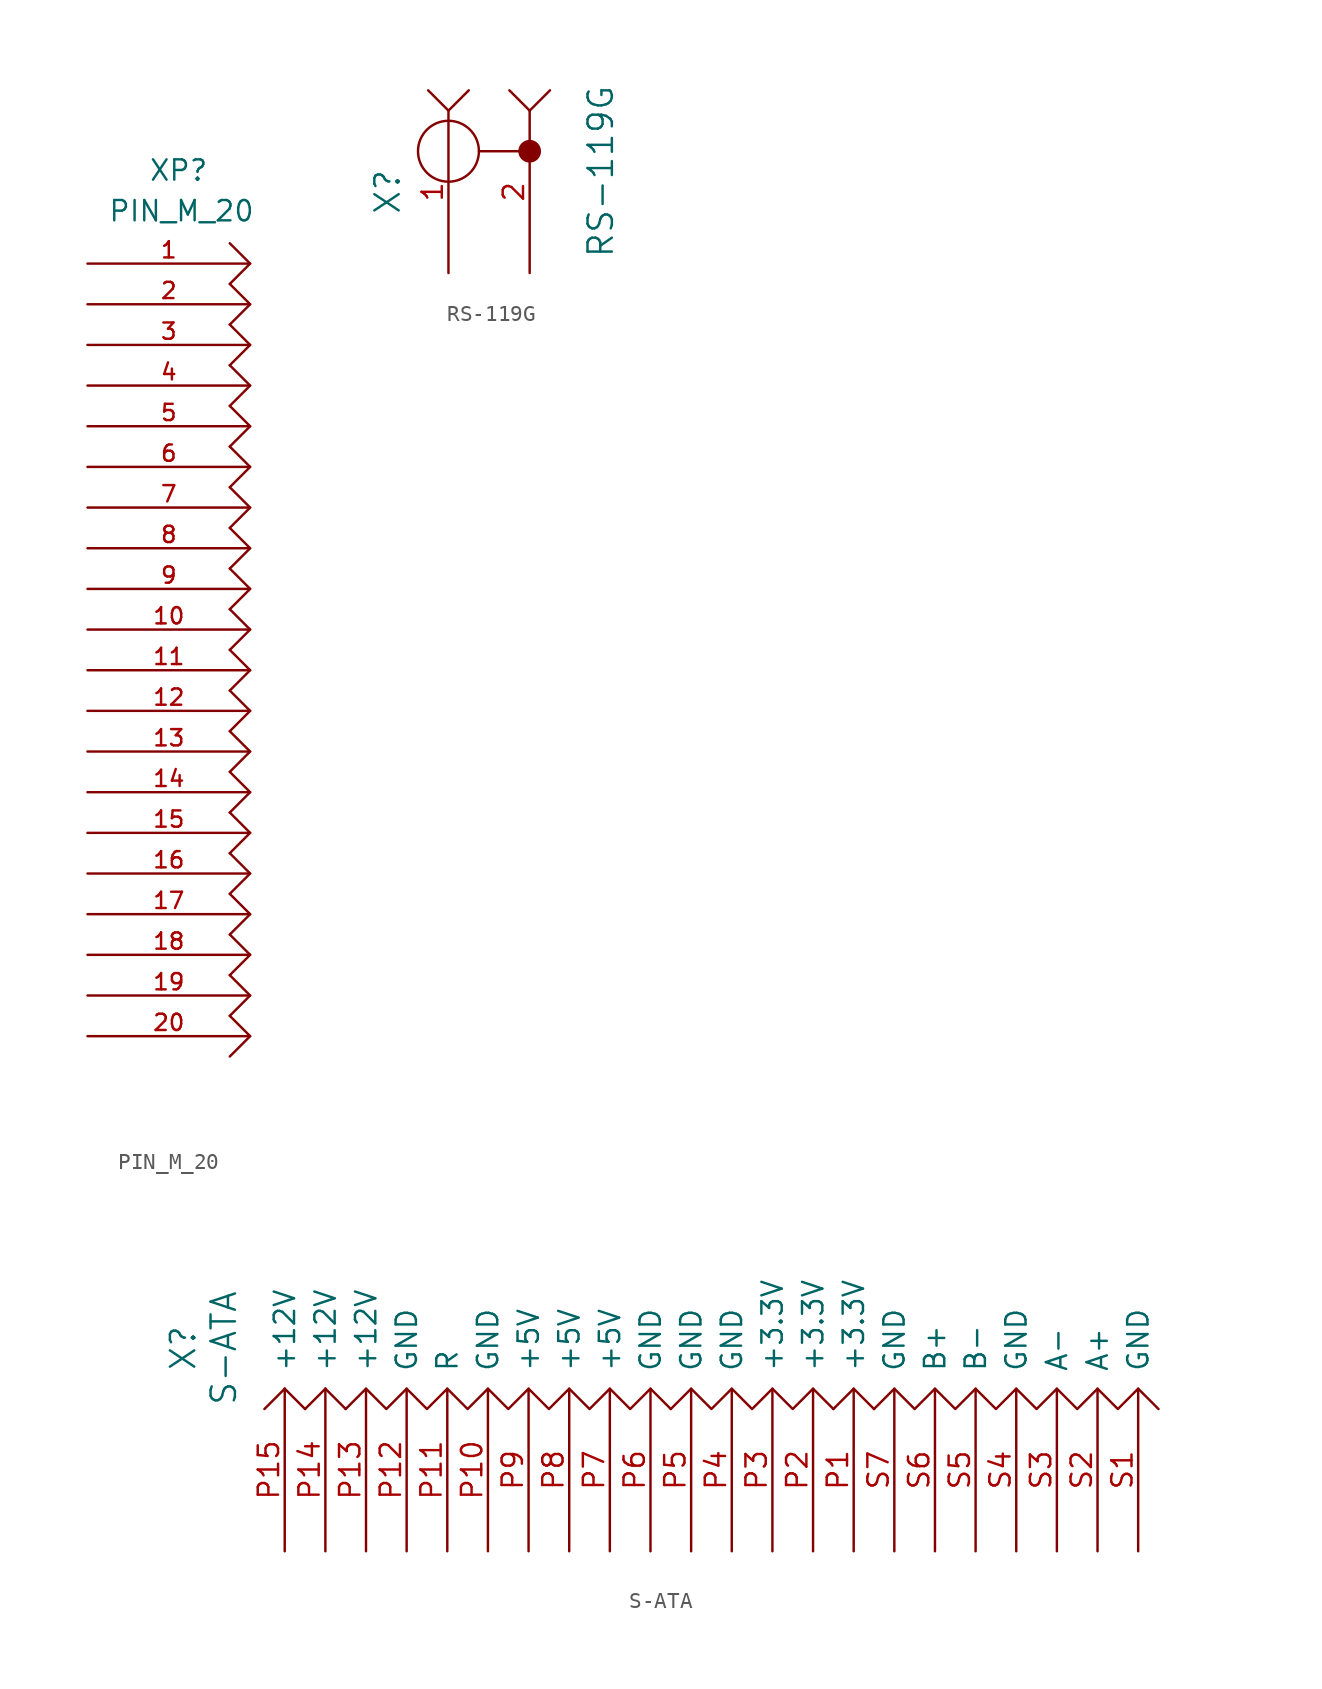
<source format=kicad_sym>
(kicad_symbol_lib
  (version 20211014)
  (generator kicad_symbol_editor)
  (symbol "PIN_M_20"
    (pin_names
      (offset 1.016))
    (property "Reference" "XP"
      (at 3.81 5.08 0)
      (effects (font (size 1.27 1.27)) (justify left bottom)))
    (property "Value" "PIN_M_20"
      (at 1.27 2.54 0)
      (effects (font (size 1.27 1.27)) (justify left bottom)))
    (property "Datasheet" ""
      (at 0 0 0)
      (effects (font (size 1.524 1.524))))
    (property "ki_locked" ""
      (at 0 0 0)
      (effects (font (size 1.27 1.27))))
    (symbol "PIN_M_20_0_1"
      (polyline (pts (xy 8.89 -46.99) (xy 10.16 -48.26) (xy 8.89 -49.53)) (stroke (width 0) (type default) (color 0 0 0 0)) (fill (type none)))
      (polyline (pts (xy 8.89 -44.45) (xy 10.16 -45.72) (xy 8.89 -46.99)) (stroke (width 0) (type default) (color 0 0 0 0)) (fill (type none)))
      (polyline (pts (xy 8.89 -41.91) (xy 10.16 -43.18) (xy 8.89 -44.45)) (stroke (width 0) (type default) (color 0 0 0 0)) (fill (type none)))
      (polyline (pts (xy 8.89 -39.37) (xy 10.16 -40.64) (xy 8.89 -41.91)) (stroke (width 0) (type default) (color 0 0 0 0)) (fill (type none)))
      (polyline (pts (xy 8.89 -36.83) (xy 10.16 -38.1) (xy 8.89 -39.37)) (stroke (width 0) (type default) (color 0 0 0 0)) (fill (type none)))
      (polyline (pts (xy 8.89 -34.29) (xy 10.16 -35.56) (xy 8.89 -36.83)) (stroke (width 0) (type default) (color 0 0 0 0)) (fill (type none)))
      (polyline (pts (xy 8.89 -31.75) (xy 10.16 -33.02) (xy 8.89 -34.29)) (stroke (width 0) (type default) (color 0 0 0 0)) (fill (type none)))
      (polyline (pts (xy 8.89 -29.21) (xy 10.16 -30.48) (xy 8.89 -31.75)) (stroke (width 0) (type default) (color 0 0 0 0)) (fill (type none)))
      (polyline (pts (xy 8.89 -26.67) (xy 10.16 -27.94) (xy 8.89 -29.21)) (stroke (width 0) (type default) (color 0 0 0 0)) (fill (type none)))
      (polyline (pts (xy 8.89 -24.13) (xy 10.16 -25.4) (xy 8.89 -26.67)) (stroke (width 0) (type default) (color 0 0 0 0)) (fill (type none)))
      (polyline (pts (xy 8.89 -21.59) (xy 10.16 -22.86) (xy 8.89 -24.13)) (stroke (width 0) (type default) (color 0 0 0 0)) (fill (type none)))
      (polyline (pts (xy 8.89 -19.05) (xy 10.16 -20.32) (xy 8.89 -21.59)) (stroke (width 0) (type default) (color 0 0 0 0)) (fill (type none)))
      (polyline (pts (xy 8.89 -16.51) (xy 10.16 -17.78) (xy 8.89 -19.05)) (stroke (width 0) (type default) (color 0 0 0 0)) (fill (type none)))
      (polyline (pts (xy 8.89 -13.97) (xy 10.16 -15.24) (xy 8.89 -16.51)) (stroke (width 0) (type default) (color 0 0 0 0)) (fill (type none)))
      (polyline (pts (xy 8.89 -11.43) (xy 10.16 -12.7) (xy 8.89 -13.97)) (stroke (width 0) (type default) (color 0 0 0 0)) (fill (type none)))
      (polyline (pts (xy 8.89 -8.89) (xy 10.16 -10.16) (xy 8.89 -11.43)) (stroke (width 0) (type default) (color 0 0 0 0)) (fill (type none)))
      (polyline (pts (xy 8.89 -6.35) (xy 10.16 -7.62) (xy 8.89 -8.89)) (stroke (width 0) (type default) (color 0 0 0 0)) (fill (type none)))
      (polyline (pts (xy 8.89 -3.81) (xy 10.16 -5.08) (xy 8.89 -6.35)) (stroke (width 0) (type default) (color 0 0 0 0)) (fill (type none)))
      (polyline (pts (xy 8.89 -1.27) (xy 10.16 -2.54) (xy 8.89 -3.81)) (stroke (width 0) (type default) (color 0 0 0 0)) (fill (type none)))
      (polyline (pts (xy 8.89 1.27) (xy 10.16 0) (xy 8.89 -1.27)) (stroke (width 0) (type default) (color 0 0 0 0)) (fill (type none))))
    (symbol "PIN_M_20_1_1"
      (pin passive line (at 0 0 0) (length 10.16) (name "~" (effects (font (size 1.016 1.016)))) (number "1" (effects (font (size 1.016 1.016)))))
      (pin passive line (at 0 -22.86 0) (length 10.16) (name "~" (effects (font (size 1.016 1.016)))) (number "10" (effects (font (size 1.016 1.016)))))
      (pin passive line (at 0 -25.4 0) (length 10.16) (name "~" (effects (font (size 1.016 1.016)))) (number "11" (effects (font (size 1.016 1.016)))))
      (pin passive line (at 0 -27.94 0) (length 10.16) (name "~" (effects (font (size 1.016 1.016)))) (number "12" (effects (font (size 1.016 1.016)))))
      (pin passive line (at 0 -30.48 0) (length 10.16) (name "~" (effects (font (size 1.016 1.016)))) (number "13" (effects (font (size 1.016 1.016)))))
      (pin passive line (at 0 -33.02 0) (length 10.16) (name "~" (effects (font (size 1.016 1.016)))) (number "14" (effects (font (size 1.016 1.016)))))
      (pin passive line (at 0 -35.56 0) (length 10.16) (name "~" (effects (font (size 1.016 1.016)))) (number "15" (effects (font (size 1.016 1.016)))))
      (pin passive line (at 0 -38.1 0) (length 10.16) (name "~" (effects (font (size 1.016 1.016)))) (number "16" (effects (font (size 1.016 1.016)))))
      (pin passive line (at 0 -40.64 0) (length 10.16) (name "~" (effects (font (size 1.016 1.016)))) (number "17" (effects (font (size 1.016 1.016)))))
      (pin passive line (at 0 -43.18 0) (length 10.16) (name "~" (effects (font (size 1.016 1.016)))) (number "18" (effects (font (size 1.016 1.016)))))
      (pin passive line (at 0 -45.72 0) (length 10.16) (name "~" (effects (font (size 1.016 1.016)))) (number "19" (effects (font (size 1.016 1.016)))))
      (pin passive line (at 0 -2.54 0) (length 10.16) (name "~" (effects (font (size 1.016 1.016)))) (number "2" (effects (font (size 1.016 1.016)))))
      (pin passive line (at 0 -48.26 0) (length 10.16) (name "~" (effects (font (size 1.016 1.016)))) (number "20" (effects (font (size 1.016 1.016)))))
      (pin passive line (at 0 -5.08 0) (length 10.16) (name "~" (effects (font (size 1.016 1.016)))) (number "3" (effects (font (size 1.016 1.016)))))
      (pin passive line (at 0 -7.62 0) (length 10.16) (name "~" (effects (font (size 1.016 1.016)))) (number "4" (effects (font (size 1.016 1.016)))))
      (pin passive line (at 0 -10.16 0) (length 10.16) (name "~" (effects (font (size 1.016 1.016)))) (number "5" (effects (font (size 1.016 1.016)))))
      (pin passive line (at 0 -12.7 0) (length 10.16) (name "~" (effects (font (size 1.016 1.016)))) (number "6" (effects (font (size 1.016 1.016)))))
      (pin passive line (at 0 -15.24 0) (length 10.16) (name "~" (effects (font (size 1.016 1.016)))) (number "7" (effects (font (size 1.016 1.016)))))
      (pin passive line (at 0 -17.78 0) (length 10.16) (name "~" (effects (font (size 1.016 1.016)))) (number "8" (effects (font (size 1.016 1.016)))))
      (pin passive line (at 0 -20.32 0) (length 10.16) (name "~" (effects (font (size 1.016 1.016)))) (number "9" (effects (font (size 1.016 1.016)))))))
  (symbol "RS-119G"
    (pin_names
      (offset 1.016))
    (property "Reference" "X"
      (at 1.27 5.08 90)
      (effects (font (size 1.524 1.524))))
    (property "Value" "RS-119G"
      (at 14.605 6.35 90)
      (effects (font (size 1.524 1.524))))
    (property "Footprint" ""
      (at 0 0 0)
      (effects (font (size 1.524 1.524))))
    (property "Datasheet" ""
      (at 0 0 0)
      (effects (font (size 1.524 1.524))))
    (symbol "RS-119G_0_0"
      (polyline (pts (xy 6.985 7.62) (xy 9.525 7.62)) (stroke (width 0) (type default) (color 0 0 0 0)) (fill (type outline)))
      (circle (center 5.08 7.62) (radius 1.905) (stroke (width 0) (type default) (color 0 0 0 0)) (fill (type none))))
    (symbol "RS-119G_0_1"
      (polyline (pts (xy 10.16 10.16) (xy 8.89 11.43)) (stroke (width 0) (type default) (color 0 0 0 0)) (fill (type none)))
      (polyline (pts (xy 10.16 10.16) (xy 11.43 11.43) (xy 11.43 11.43)) (stroke (width 0) (type default) (color 0 0 0 0)) (fill (type none)))
      (polyline (pts (xy 6.35 11.43) (xy 5.08 10.16) (xy 3.81 11.43) (xy 3.81 11.43)) (stroke (width 0) (type default) (color 0 0 0 0)) (fill (type none)))
      (circle (center 10.16 7.62) (radius 0.635) (stroke (width 0) (type default) (color 0 0 0 0)) (fill (type outline))))
    (symbol "RS-119G_1_1"
      (pin passive line (at 5.08 0 90) (length 10.16) (name "~" (effects (font (size 1.27 1.27)))) (number "1" (effects (font (size 1.27 1.27)))))
      (pin passive line (at 10.16 0 90) (length 10.16) (name "~" (effects (font (size 1.27 1.27)))) (number "2" (effects (font (size 1.27 1.27)))))))
  (symbol "S-ATA"
    (pin_names
      (offset 1.016))
    (property "Reference" "X"
      (at -6.35 12.7 90)
      (effects (font (size 1.524 1.524))))
    (property "Value" "S-ATA"
      (at -3.81 12.7 90)
      (effects (font (size 1.524 1.524))))
    (property "Footprint" ""
      (at 0 0 0)
      (effects (font (size 1.524 1.524))))
    (property "Datasheet" ""
      (at 0 0 0)
      (effects (font (size 1.524 1.524))))
    (symbol "S-ATA_0_1"
      (polyline (pts (xy 1.27 8.89) (xy 2.54 10.16)) (stroke (width 0) (type default) (color 0 0 0 0)) (fill (type none)))
      (polyline (pts (xy 2.54 10.16) (xy 3.81 8.89)) (stroke (width 0) (type default) (color 0 0 0 0)) (fill (type none)))
      (polyline (pts (xy 0 10.16) (xy -1.27 8.89) (xy -1.27 8.89)) (stroke (width 0) (type default) (color 0 0 0 0)) (fill (type none)))
      (polyline (pts (xy 0 10.16) (xy 1.27 8.89) (xy 1.27 8.89)) (stroke (width 0) (type default) (color 0 0 0 0)) (fill (type none)))
      (polyline (pts (xy 34.29 8.89) (xy 35.56 10.16) (xy 36.83 8.89)) (stroke (width 0) (type default) (color 0 0 0 0)) (fill (type none)))
      (polyline (pts (xy 24.13 8.89) (xy 25.4 10.16) (xy 26.67 8.89) (xy 27.94 10.16) (xy 29.21 8.89) (xy 30.48 10.16) (xy 31.75 8.89) (xy 33.02 10.16) (xy 34.29 8.89)) (stroke (width 0) (type default) (color 0 0 0 0)) (fill (type none)))
      (polyline (pts (xy 36.83 8.89) (xy 38.1 10.16) (xy 39.37 8.89) (xy 40.64 10.16) (xy 41.91 8.89) (xy 43.18 10.16) (xy 44.45 8.89) (xy 45.72 10.16) (xy 46.99 8.89) (xy 48.26 10.16) (xy 49.53 8.89) (xy 50.8 10.16) (xy 52.07 8.89) (xy 53.34 10.16) (xy 54.61 8.89)) (stroke (width 0) (type default) (color 0 0 0 0)) (fill (type none)))
      (polyline (pts (xy 3.81 8.89) (xy 5.08 10.16) (xy 6.35 8.89) (xy 7.62 10.16) (xy 8.89 8.89) (xy 10.16 10.16) (xy 11.43 8.89) (xy 12.7 10.16) (xy 13.97 8.89) (xy 15.24 10.16) (xy 16.51 8.89) (xy 17.78 10.16) (xy 19.05 8.89) (xy 20.32 10.16) (xy 21.59 8.89) (xy 22.86 10.16) (xy 24.13 8.89)) (stroke (width 0) (type default) (color 0 0 0 0)) (fill (type none))))
    (symbol "S-ATA_1_1"
      (pin passive line (at 35.56 0 90) (length 10.16) (name "+3.3V" (effects (font (size 1.27 1.27)))) (number "P1" (effects (font (size 1.27 1.27)))))
      (pin passive line (at 12.7 0 90) (length 10.16) (name "GND" (effects (font (size 1.27 1.27)))) (number "P10" (effects (font (size 1.27 1.27)))))
      (pin passive line (at 10.16 0 90) (length 10.16) (name "R" (effects (font (size 1.27 1.27)))) (number "P11" (effects (font (size 1.27 1.27)))))
      (pin passive line (at 7.62 0 90) (length 10.16) (name "GND" (effects (font (size 1.27 1.27)))) (number "P12" (effects (font (size 1.27 1.27)))))
      (pin passive line (at 5.08 0 90) (length 10.16) (name "+12V" (effects (font (size 1.27 1.27)))) (number "P13" (effects (font (size 1.27 1.27)))))
      (pin passive line (at 2.54 0 90) (length 10.16) (name "+12V" (effects (font (size 1.27 1.27)))) (number "P14" (effects (font (size 1.27 1.27)))))
      (pin passive line (at 0 0 90) (length 10.16) (name "+12V" (effects (font (size 1.27 1.27)))) (number "P15" (effects (font (size 1.27 1.27)))))
      (pin passive line (at 33.02 0 90) (length 10.16) (name "+3.3V" (effects (font (size 1.27 1.27)))) (number "P2" (effects (font (size 1.27 1.27)))))
      (pin passive line (at 30.48 0 90) (length 10.16) (name "+3.3V" (effects (font (size 1.27 1.27)))) (number "P3" (effects (font (size 1.27 1.27)))))
      (pin passive line (at 27.94 0 90) (length 10.16) (name "GND" (effects (font (size 1.27 1.27)))) (number "P4" (effects (font (size 1.27 1.27)))))
      (pin passive line (at 25.4 0 90) (length 10.16) (name "GND" (effects (font (size 1.27 1.27)))) (number "P5" (effects (font (size 1.27 1.27)))))
      (pin passive line (at 22.86 0 90) (length 10.16) (name "GND" (effects (font (size 1.27 1.27)))) (number "P6" (effects (font (size 1.27 1.27)))))
      (pin passive line (at 20.32 0 90) (length 10.16) (name "+5V" (effects (font (size 1.27 1.27)))) (number "P7" (effects (font (size 1.27 1.27)))))
      (pin passive line (at 17.78 0 90) (length 10.16) (name "+5V" (effects (font (size 1.27 1.27)))) (number "P8" (effects (font (size 1.27 1.27)))))
      (pin passive line (at 15.24 0 90) (length 10.16) (name "+5V" (effects (font (size 1.27 1.27)))) (number "P9" (effects (font (size 1.27 1.27)))))
      (pin passive line (at 53.34 0 90) (length 10.16) (name "GND" (effects (font (size 1.27 1.27)))) (number "S1" (effects (font (size 1.27 1.27)))))
      (pin passive line (at 50.8 0 90) (length 10.16) (name "A+" (effects (font (size 1.27 1.27)))) (number "S2" (effects (font (size 1.27 1.27)))))
      (pin passive line (at 48.26 0 90) (length 10.16) (name "A-" (effects (font (size 1.27 1.27)))) (number "S3" (effects (font (size 1.27 1.27)))))
      (pin passive line (at 45.72 0 90) (length 10.16) (name "GND" (effects (font (size 1.27 1.27)))) (number "S4" (effects (font (size 1.27 1.27)))))
      (pin passive line (at 43.18 0 90) (length 10.16) (name "B-" (effects (font (size 1.27 1.27)))) (number "S5" (effects (font (size 1.27 1.27)))))
      (pin passive line (at 40.64 0 90) (length 10.16) (name "B+" (effects (font (size 1.27 1.27)))) (number "S6" (effects (font (size 1.27 1.27)))))
      (pin passive line (at 38.1 0 90) (length 10.16) (name "GND" (effects (font (size 1.27 1.27)))) (number "S7" (effects (font (size 1.27 1.27))))))))
</source>
